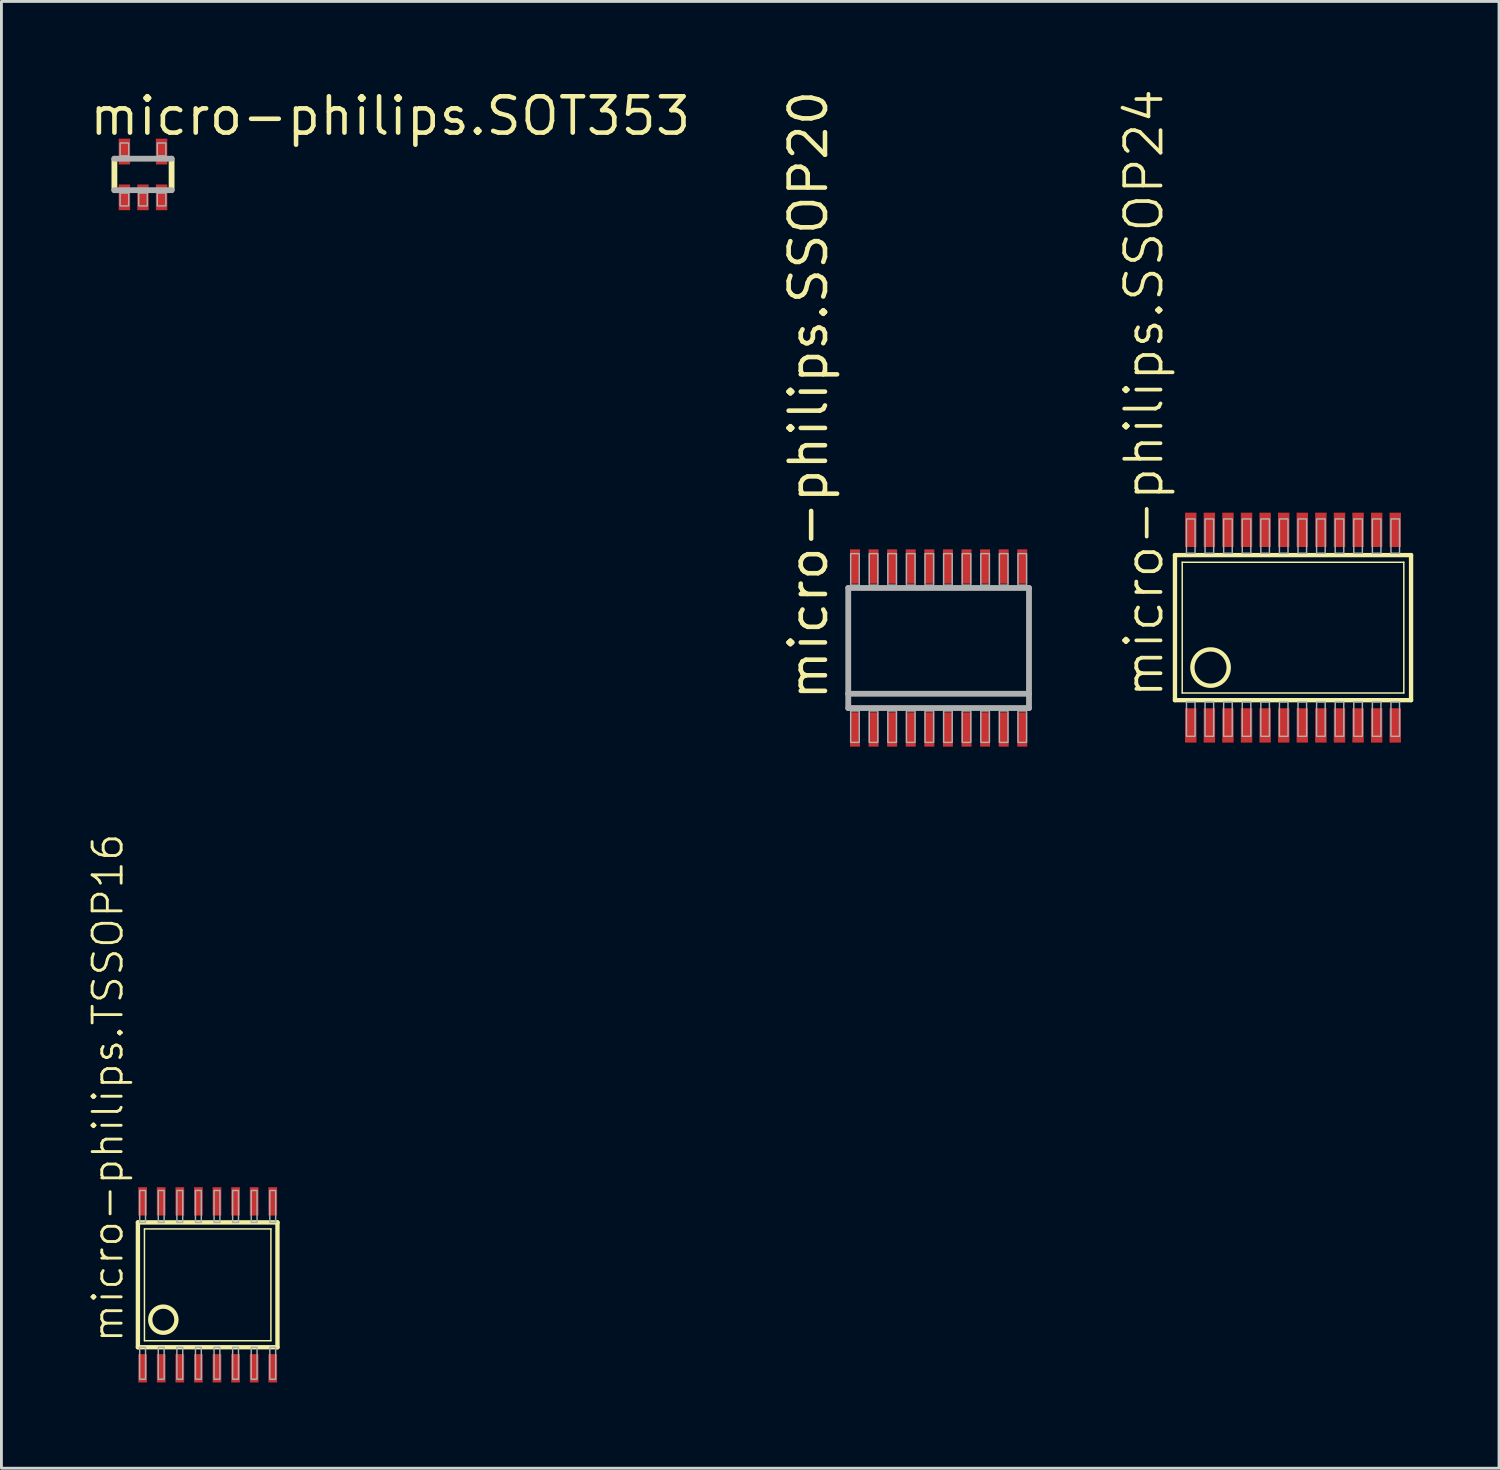
<source format=kicad_pcb>
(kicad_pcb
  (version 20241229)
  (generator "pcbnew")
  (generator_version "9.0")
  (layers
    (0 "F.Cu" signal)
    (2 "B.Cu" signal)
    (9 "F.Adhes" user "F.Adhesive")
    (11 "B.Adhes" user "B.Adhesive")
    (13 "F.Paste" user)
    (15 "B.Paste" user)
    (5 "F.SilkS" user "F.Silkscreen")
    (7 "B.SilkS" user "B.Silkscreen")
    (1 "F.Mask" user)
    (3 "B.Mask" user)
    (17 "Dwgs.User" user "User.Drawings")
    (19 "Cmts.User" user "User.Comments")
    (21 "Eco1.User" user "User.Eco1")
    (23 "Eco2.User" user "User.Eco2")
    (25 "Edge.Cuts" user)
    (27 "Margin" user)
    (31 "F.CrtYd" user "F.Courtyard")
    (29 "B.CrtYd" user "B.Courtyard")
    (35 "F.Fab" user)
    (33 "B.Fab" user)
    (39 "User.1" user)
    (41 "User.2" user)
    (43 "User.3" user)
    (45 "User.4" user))
  (footprint "micro-philips.SOT353"
    (layer "F.Cu")
    (at 1.95 3.05)
    (property "Reference" "micro-philips.SOT353" (at -1.95 -1.3 0) (layer "F.SilkS") (effects (font (size 1.27 1.27) (thickness 0.16)) (justify left bottom)))
    (attr smd)
    (fp_line (start -1 -0.55) (end -1 0.55) (stroke (width 0.203) (type default)) (layer "F.SilkS"))
    (fp_line (start 1 0.55) (end 1 -0.55) (stroke (width 0.203) (type default)) (layer "F.SilkS"))
    (fp_line (start -1 0.55) (end 1 0.55) (stroke (width 0.203) (type default)) (layer "F.Fab"))
    (fp_line (start 1 -0.55) (end -1 -0.55) (stroke (width 0.203) (type default)) (layer "F.Fab"))
    (fp_rect (start -0.8 -0.65) (end -0.5 -1.1) (stroke (width 0.05) (type default)) (fill no) (layer "F.Fab"))
    (fp_rect (start -0.8 1.1) (end -0.5 0.65) (stroke (width 0.05) (type default)) (fill no) (layer "F.Fab"))
    (fp_rect (start -0.15 1.1) (end 0.15 0.65) (stroke (width 0.05) (type default)) (fill no) (layer "F.Fab"))
    (fp_rect (start 0.5 -0.65) (end 0.8 -1.1) (stroke (width 0.05) (type default)) (fill no) (layer "F.Fab"))
    (fp_rect (start 0.5 1.1) (end 0.8 0.65) (stroke (width 0.05) (type default)) (fill no) (layer "F.Fab"))
    (pad "1" smd roundrect (at -0.65 0.8) (size 0.4 0.9) (layers "F.Cu" "F.Mask" "F.Paste") (roundrect_rratio 0.01))
    (pad "2" smd roundrect (at 0 0.8) (size 0.4 0.9) (layers "F.Cu" "F.Mask" "F.Paste") (roundrect_rratio 0.01))
    (pad "3" smd roundrect (at 0.65 0.8) (size 0.4 0.9) (layers "F.Cu" "F.Mask" "F.Paste") (roundrect_rratio 0.01))
    (pad "4" smd roundrect (at 0.65 -0.8) (size 0.4 0.9) (layers "F.Cu" "F.Mask" "F.Paste") (roundrect_rratio 0.01))
    (pad "5" smd roundrect (at -0.65 -0.8) (size 0.4 0.9) (layers "F.Cu" "F.Mask" "F.Paste") (roundrect_rratio 0.01)))
  (footprint "micro-philips.SSOP20"
    (layer "F.Cu")
    (at 29.771 19.609)
    (property "Reference" "micro-philips.SSOP20" (at -3.81 1.905 90) (layer "F.SilkS") (effects (font (size 1.27 1.27) (thickness 0.16)) (justify left bottom)))
    (attr smd)
    (fp_line (start -3.16 -2.1) (end 3.16 -2.1) (stroke (width 0.203) (type default)) (layer "F.Fab"))
    (fp_line (start -3.16 1.6) (end -3.16 -2.1) (stroke (width 0.203) (type default)) (layer "F.Fab"))
    (fp_line (start -3.16 2.1) (end -3.16 1.6) (stroke (width 0.203) (type default)) (layer "F.Fab"))
    (fp_line (start 3.16 -2.1) (end 3.16 1.6) (stroke (width 0.203) (type default)) (layer "F.Fab"))
    (fp_line (start 3.16 1.6) (end -3.16 1.6) (stroke (width 0.203) (type default)) (layer "F.Fab"))
    (fp_line (start 3.16 1.6) (end 3.16 2.1) (stroke (width 0.203) (type default)) (layer "F.Fab"))
    (fp_line (start 3.16 2.1) (end -3.16 2.1) (stroke (width 0.203) (type default)) (layer "F.Fab"))
    (fp_rect (start -3.075 -2.2) (end -2.775 -3.3) (stroke (width 0.05) (type default)) (fill no) (layer "F.Fab"))
    (fp_rect (start -3.075 3.3) (end -2.775 2.2) (stroke (width 0.05) (type default)) (fill no) (layer "F.Fab"))
    (fp_rect (start -2.425 -2.2) (end -2.125 -3.3) (stroke (width 0.05) (type default)) (fill no) (layer "F.Fab"))
    (fp_rect (start -2.425 3.3) (end -2.125 2.2) (stroke (width 0.05) (type default)) (fill no) (layer "F.Fab"))
    (fp_rect (start -1.775 -2.2) (end -1.475 -3.3) (stroke (width 0.05) (type default)) (fill no) (layer "F.Fab"))
    (fp_rect (start -1.775 3.3) (end -1.475 2.2) (stroke (width 0.05) (type default)) (fill no) (layer "F.Fab"))
    (fp_rect (start -1.125 -2.2) (end -0.825 -3.3) (stroke (width 0.05) (type default)) (fill no) (layer "F.Fab"))
    (fp_rect (start -1.125 3.3) (end -0.825 2.2) (stroke (width 0.05) (type default)) (fill no) (layer "F.Fab"))
    (fp_rect (start -0.475 -2.2) (end -0.175 -3.3) (stroke (width 0.05) (type default)) (fill no) (layer "F.Fab"))
    (fp_rect (start -0.475 3.3) (end -0.175 2.2) (stroke (width 0.05) (type default)) (fill no) (layer "F.Fab"))
    (fp_rect (start 0.175 -2.2) (end 0.475 -3.3) (stroke (width 0.05) (type default)) (fill no) (layer "F.Fab"))
    (fp_rect (start 0.175 3.3) (end 0.475 2.2) (stroke (width 0.05) (type default)) (fill no) (layer "F.Fab"))
    (fp_rect (start 0.825 -2.2) (end 1.125 -3.3) (stroke (width 0.05) (type default)) (fill no) (layer "F.Fab"))
    (fp_rect (start 0.825 3.3) (end 1.125 2.2) (stroke (width 0.05) (type default)) (fill no) (layer "F.Fab"))
    (fp_rect (start 1.475 -2.2) (end 1.775 -3.3) (stroke (width 0.05) (type default)) (fill no) (layer "F.Fab"))
    (fp_rect (start 1.475 3.3) (end 1.775 2.2) (stroke (width 0.05) (type default)) (fill no) (layer "F.Fab"))
    (fp_rect (start 2.125 -2.2) (end 2.425 -3.3) (stroke (width 0.05) (type default)) (fill no) (layer "F.Fab"))
    (fp_rect (start 2.125 3.3) (end 2.425 2.2) (stroke (width 0.05) (type default)) (fill no) (layer "F.Fab"))
    (fp_rect (start 2.775 -2.2) (end 3.075 -3.3) (stroke (width 0.05) (type default)) (fill no) (layer "F.Fab"))
    (fp_rect (start 2.775 3.3) (end 3.075 2.2) (stroke (width 0.05) (type default)) (fill no) (layer "F.Fab"))
    (pad "1" smd roundrect (at -2.925 2.85) (size 0.35 1.2) (layers "F.Cu" "F.Mask" "F.Paste") (roundrect_rratio 0.01))
    (pad "2" smd roundrect (at -2.275 2.85) (size 0.35 1.2) (layers "F.Cu" "F.Mask" "F.Paste") (roundrect_rratio 0.01))
    (pad "3" smd roundrect (at -1.625 2.85) (size 0.35 1.2) (layers "F.Cu" "F.Mask" "F.Paste") (roundrect_rratio 0.01))
    (pad "4" smd roundrect (at -0.975 2.85) (size 0.35 1.2) (layers "F.Cu" "F.Mask" "F.Paste") (roundrect_rratio 0.01))
    (pad "5" smd roundrect (at -0.325 2.85) (size 0.35 1.2) (layers "F.Cu" "F.Mask" "F.Paste") (roundrect_rratio 0.01))
    (pad "6" smd roundrect (at 0.325 2.85) (size 0.35 1.2) (layers "F.Cu" "F.Mask" "F.Paste") (roundrect_rratio 0.01))
    (pad "7" smd roundrect (at 0.975 2.85) (size 0.35 1.2) (layers "F.Cu" "F.Mask" "F.Paste") (roundrect_rratio 0.01))
    (pad "8" smd roundrect (at 1.625 2.85) (size 0.35 1.2) (layers "F.Cu" "F.Mask" "F.Paste") (roundrect_rratio 0.01))
    (pad "9" smd roundrect (at 2.275 2.85) (size 0.35 1.2) (layers "F.Cu" "F.Mask" "F.Paste") (roundrect_rratio 0.01))
    (pad "10" smd roundrect (at 2.925 2.85) (size 0.35 1.2) (layers "F.Cu" "F.Mask" "F.Paste") (roundrect_rratio 0.01))
    (pad "11" smd roundrect (at 2.925 -2.85 180) (size 0.35 1.2) (layers "F.Cu" "F.Mask" "F.Paste") (roundrect_rratio 0.01))
    (pad "12" smd roundrect (at 2.275 -2.85 180) (size 0.35 1.2) (layers "F.Cu" "F.Mask" "F.Paste") (roundrect_rratio 0.01))
    (pad "13" smd roundrect (at 1.625 -2.85 180) (size 0.35 1.2) (layers "F.Cu" "F.Mask" "F.Paste") (roundrect_rratio 0.01))
    (pad "14" smd roundrect (at 0.975 -2.85 180) (size 0.35 1.2) (layers "F.Cu" "F.Mask" "F.Paste") (roundrect_rratio 0.01))
    (pad "15" smd roundrect (at 0.325 -2.85 180) (size 0.35 1.2) (layers "F.Cu" "F.Mask" "F.Paste") (roundrect_rratio 0.01))
    (pad "16" smd roundrect (at -0.325 -2.85 180) (size 0.35 1.2) (layers "F.Cu" "F.Mask" "F.Paste") (roundrect_rratio 0.01))
    (pad "17" smd roundrect (at -0.975 -2.85 180) (size 0.35 1.2) (layers "F.Cu" "F.Mask" "F.Paste") (roundrect_rratio 0.01))
    (pad "18" smd roundrect (at -1.625 -2.85 180) (size 0.35 1.2) (layers "F.Cu" "F.Mask" "F.Paste") (roundrect_rratio 0.01))
    (pad "19" smd roundrect (at -2.275 -2.85 180) (size 0.35 1.2) (layers "F.Cu" "F.Mask" "F.Paste") (roundrect_rratio 0.01))
    (pad "20" smd roundrect (at -2.925 -2.85 180) (size 0.35 1.2) (layers "F.Cu" "F.Mask" "F.Paste") (roundrect_rratio 0.01)))
  (footprint "micro-philips.SSOP24"
    (layer "F.Cu")
    (at 42.163 18.896)
    (property "Reference" "micro-philips.SSOP24" (at -4.47 2.527 90) (layer "F.SilkS") (effects (font (size 1.27 1.27) (thickness 0.13)) (justify left bottom)))
    (attr smd)
    (fp_line (start -4.128 2.536) (end -4.128 -2.536) (stroke (width 0.152) (type default)) (layer "F.SilkS"))
    (fp_line (start -4.128 2.536) (end 4.128 2.536) (stroke (width 0.152) (type default)) (layer "F.SilkS"))
    (fp_line (start -3.874 2.286) (end -3.874 -2.286) (stroke (width 0.051) (type default)) (layer "F.SilkS"))
    (fp_line (start -3.874 2.286) (end 3.874 2.286) (stroke (width 0.051) (type default)) (layer "F.SilkS"))
    (fp_line (start 3.874 -2.286) (end -3.874 -2.286) (stroke (width 0.051) (type default)) (layer "F.SilkS"))
    (fp_line (start 3.874 -2.286) (end 3.874 2.286) (stroke (width 0.051) (type default)) (layer "F.SilkS"))
    (fp_line (start 4.128 -2.536) (end -4.128 -2.536) (stroke (width 0.152) (type default)) (layer "F.SilkS"))
    (fp_line (start 4.128 2.536) (end 4.128 -2.536) (stroke (width 0.152) (type default)) (layer "F.SilkS"))
    (fp_circle (center -2.883 1.397) (end -2.248 1.397) (stroke (width 0.152) (type default)) (fill no) (layer "F.SilkS"))
    (fp_rect (start -3.725 -2.6) (end -3.425 -3.8) (stroke (width 0.05) (type default)) (fill no) (layer "F.Fab"))
    (fp_rect (start -3.725 3.8) (end -3.425 2.6) (stroke (width 0.05) (type default)) (fill no) (layer "F.Fab"))
    (fp_rect (start -3.075 -2.6) (end -2.775 -3.8) (stroke (width 0.05) (type default)) (fill no) (layer "F.Fab"))
    (fp_rect (start -3.075 3.8) (end -2.775 2.6) (stroke (width 0.05) (type default)) (fill no) (layer "F.Fab"))
    (fp_rect (start -2.425 -2.6) (end -2.125 -3.8) (stroke (width 0.05) (type default)) (fill no) (layer "F.Fab"))
    (fp_rect (start -2.425 3.8) (end -2.125 2.6) (stroke (width 0.05) (type default)) (fill no) (layer "F.Fab"))
    (fp_rect (start -1.775 -2.6) (end -1.475 -3.8) (stroke (width 0.05) (type default)) (fill no) (layer "F.Fab"))
    (fp_rect (start -1.775 3.8) (end -1.475 2.6) (stroke (width 0.05) (type default)) (fill no) (layer "F.Fab"))
    (fp_rect (start -1.125 -2.6) (end -0.825 -3.8) (stroke (width 0.05) (type default)) (fill no) (layer "F.Fab"))
    (fp_rect (start -1.125 3.8) (end -0.825 2.6) (stroke (width 0.05) (type default)) (fill no) (layer "F.Fab"))
    (fp_rect (start -0.475 -2.6) (end -0.175 -3.8) (stroke (width 0.05) (type default)) (fill no) (layer "F.Fab"))
    (fp_rect (start -0.475 3.8) (end -0.175 2.6) (stroke (width 0.05) (type default)) (fill no) (layer "F.Fab"))
    (fp_rect (start 0.175 -2.6) (end 0.475 -3.8) (stroke (width 0.05) (type default)) (fill no) (layer "F.Fab"))
    (fp_rect (start 0.175 3.8) (end 0.475 2.6) (stroke (width 0.05) (type default)) (fill no) (layer "F.Fab"))
    (fp_rect (start 0.825 -2.6) (end 1.125 -3.8) (stroke (width 0.05) (type default)) (fill no) (layer "F.Fab"))
    (fp_rect (start 0.825 3.8) (end 1.125 2.6) (stroke (width 0.05) (type default)) (fill no) (layer "F.Fab"))
    (fp_rect (start 1.475 -2.6) (end 1.775 -3.8) (stroke (width 0.05) (type default)) (fill no) (layer "F.Fab"))
    (fp_rect (start 1.475 3.8) (end 1.775 2.6) (stroke (width 0.05) (type default)) (fill no) (layer "F.Fab"))
    (fp_rect (start 2.125 -2.6) (end 2.425 -3.8) (stroke (width 0.05) (type default)) (fill no) (layer "F.Fab"))
    (fp_rect (start 2.125 3.8) (end 2.425 2.6) (stroke (width 0.05) (type default)) (fill no) (layer "F.Fab"))
    (fp_rect (start 2.775 -2.6) (end 3.075 -3.8) (stroke (width 0.05) (type default)) (fill no) (layer "F.Fab"))
    (fp_rect (start 2.775 3.8) (end 3.075 2.6) (stroke (width 0.05) (type default)) (fill no) (layer "F.Fab"))
    (fp_rect (start 3.425 -2.6) (end 3.725 -3.8) (stroke (width 0.05) (type default)) (fill no) (layer "F.Fab"))
    (fp_rect (start 3.425 3.8) (end 3.725 2.6) (stroke (width 0.05) (type default)) (fill no) (layer "F.Fab"))
    (pad "1" smd roundrect (at -3.575 3.42) (size 0.4 1.2) (layers "F.Cu" "F.Mask" "F.Paste") (roundrect_rratio 0.01))
    (pad "2" smd roundrect (at -2.925 3.42) (size 0.4 1.2) (layers "F.Cu" "F.Mask" "F.Paste") (roundrect_rratio 0.01))
    (pad "3" smd roundrect (at -2.275 3.42) (size 0.4 1.2) (layers "F.Cu" "F.Mask" "F.Paste") (roundrect_rratio 0.01))
    (pad "4" smd roundrect (at -1.625 3.42) (size 0.4 1.2) (layers "F.Cu" "F.Mask" "F.Paste") (roundrect_rratio 0.01))
    (pad "5" smd roundrect (at -0.975 3.42) (size 0.4 1.2) (layers "F.Cu" "F.Mask" "F.Paste") (roundrect_rratio 0.01))
    (pad "6" smd roundrect (at -0.325 3.42) (size 0.4 1.2) (layers "F.Cu" "F.Mask" "F.Paste") (roundrect_rratio 0.01))
    (pad "7" smd roundrect (at 0.325 3.42) (size 0.4 1.2) (layers "F.Cu" "F.Mask" "F.Paste") (roundrect_rratio 0.01))
    (pad "8" smd roundrect (at 0.975 3.42) (size 0.4 1.2) (layers "F.Cu" "F.Mask" "F.Paste") (roundrect_rratio 0.01))
    (pad "9" smd roundrect (at 1.625 3.42) (size 0.4 1.2) (layers "F.Cu" "F.Mask" "F.Paste") (roundrect_rratio 0.01))
    (pad "10" smd roundrect (at 2.275 3.42) (size 0.4 1.2) (layers "F.Cu" "F.Mask" "F.Paste") (roundrect_rratio 0.01))
    (pad "11" smd roundrect (at 2.925 3.42) (size 0.4 1.2) (layers "F.Cu" "F.Mask" "F.Paste") (roundrect_rratio 0.01))
    (pad "12" smd roundrect (at 3.575 3.42) (size 0.4 1.2) (layers "F.Cu" "F.Mask" "F.Paste") (roundrect_rratio 0.01))
    (pad "13" smd roundrect (at 3.575 -3.42) (size 0.4 1.2) (layers "F.Cu" "F.Mask" "F.Paste") (roundrect_rratio 0.01))
    (pad "14" smd roundrect (at 2.925 -3.42) (size 0.4 1.2) (layers "F.Cu" "F.Mask" "F.Paste") (roundrect_rratio 0.01))
    (pad "15" smd roundrect (at 2.275 -3.42) (size 0.4 1.2) (layers "F.Cu" "F.Mask" "F.Paste") (roundrect_rratio 0.01))
    (pad "16" smd roundrect (at 1.625 -3.42) (size 0.4 1.2) (layers "F.Cu" "F.Mask" "F.Paste") (roundrect_rratio 0.01))
    (pad "17" smd roundrect (at 0.975 -3.42) (size 0.4 1.2) (layers "F.Cu" "F.Mask" "F.Paste") (roundrect_rratio 0.01))
    (pad "18" smd roundrect (at 0.325 -3.42) (size 0.4 1.2) (layers "F.Cu" "F.Mask" "F.Paste") (roundrect_rratio 0.01))
    (pad "19" smd roundrect (at -0.325 -3.42) (size 0.4 1.2) (layers "F.Cu" "F.Mask" "F.Paste") (roundrect_rratio 0.01))
    (pad "20" smd roundrect (at -0.975 -3.42) (size 0.4 1.2) (layers "F.Cu" "F.Mask" "F.Paste") (roundrect_rratio 0.01))
    (pad "21" smd roundrect (at -1.625 -3.42) (size 0.4 1.2) (layers "F.Cu" "F.Mask" "F.Paste") (roundrect_rratio 0.01))
    (pad "22" smd roundrect (at -2.275 -3.42) (size 0.4 1.2) (layers "F.Cu" "F.Mask" "F.Paste") (roundrect_rratio 0.01))
    (pad "23" smd roundrect (at -2.925 -3.42) (size 0.4 1.2) (layers "F.Cu" "F.Mask" "F.Paste") (roundrect_rratio 0.01))
    (pad "24" smd roundrect (at -3.575 -3.42) (size 0.4 1.2) (layers "F.Cu" "F.Mask" "F.Paste") (roundrect_rratio 0.01)))
  (footprint "micro-philips.TSSOP16"
    (layer "F.Cu")
    (at 4.212 41.877)
    (property "Reference" "micro-philips.TSSOP16" (at -2.896 2.083 90) (layer "F.SilkS") (effects (font (size 1.016 1.016) (thickness 0.1)) (justify left bottom)))
    (attr smd)
    (fp_line (start -2.44 2.183) (end -2.44 -2.183) (stroke (width 0.152) (type default)) (layer "F.SilkS"))
    (fp_line (start -2.44 2.183) (end 2.44 2.183) (stroke (width 0.152) (type default)) (layer "F.SilkS"))
    (fp_line (start -2.211 1.954) (end -2.211 -1.954) (stroke (width 0.051) (type default)) (layer "F.SilkS"))
    (fp_line (start -2.211 1.954) (end 2.211 1.954) (stroke (width 0.051) (type default)) (layer "F.SilkS"))
    (fp_line (start 2.211 -1.954) (end -2.211 -1.954) (stroke (width 0.051) (type default)) (layer "F.SilkS"))
    (fp_line (start 2.211 -1.954) (end 2.211 1.954) (stroke (width 0.051) (type default)) (layer "F.SilkS"))
    (fp_line (start 2.44 -2.183) (end -2.44 -2.183) (stroke (width 0.152) (type default)) (layer "F.SilkS"))
    (fp_line (start 2.44 -2.183) (end 2.44 2.183) (stroke (width 0.152) (type default)) (layer "F.SilkS"))
    (fp_circle (center -1.551 1.219) (end -1.093 1.219) (stroke (width 0.152) (type default)) (fill no) (layer "F.SilkS"))
    (fp_rect (start -2.377 -2.183) (end -2.173 -3.3) (stroke (width 0.05) (type default)) (fill no) (layer "F.Fab"))
    (fp_rect (start -2.377 3.3) (end -2.173 2.183) (stroke (width 0.05) (type default)) (fill no) (layer "F.Fab"))
    (fp_rect (start -1.727 -2.183) (end -1.523 -3.3) (stroke (width 0.05) (type default)) (fill no) (layer "F.Fab"))
    (fp_rect (start -1.727 3.3) (end -1.523 2.183) (stroke (width 0.05) (type default)) (fill no) (layer "F.Fab"))
    (fp_rect (start -1.077 -2.183) (end -0.873 -3.3) (stroke (width 0.05) (type default)) (fill no) (layer "F.Fab"))
    (fp_rect (start -1.077 3.3) (end -0.873 2.183) (stroke (width 0.05) (type default)) (fill no) (layer "F.Fab"))
    (fp_rect (start -0.427 -2.183) (end -0.223 -3.3) (stroke (width 0.05) (type default)) (fill no) (layer "F.Fab"))
    (fp_rect (start -0.427 3.3) (end -0.223 2.183) (stroke (width 0.05) (type default)) (fill no) (layer "F.Fab"))
    (fp_rect (start 0.223 -2.183) (end 0.427 -3.3) (stroke (width 0.05) (type default)) (fill no) (layer "F.Fab"))
    (fp_rect (start 0.223 3.3) (end 0.427 2.183) (stroke (width 0.05) (type default)) (fill no) (layer "F.Fab"))
    (fp_rect (start 0.873 -2.183) (end 1.077 -3.3) (stroke (width 0.05) (type default)) (fill no) (layer "F.Fab"))
    (fp_rect (start 0.873 3.3) (end 1.077 2.183) (stroke (width 0.05) (type default)) (fill no) (layer "F.Fab"))
    (fp_rect (start 1.523 -2.183) (end 1.727 -3.3) (stroke (width 0.05) (type default)) (fill no) (layer "F.Fab"))
    (fp_rect (start 1.523 3.3) (end 1.727 2.183) (stroke (width 0.05) (type default)) (fill no) (layer "F.Fab"))
    (fp_rect (start 2.173 -2.183) (end 2.377 -3.3) (stroke (width 0.05) (type default)) (fill no) (layer "F.Fab"))
    (fp_rect (start 2.173 3.3) (end 2.377 2.183) (stroke (width 0.05) (type default)) (fill no) (layer "F.Fab"))
    (pad "1" smd roundrect (at -2.275 2.918) (size 0.305 0.991) (layers "F.Cu" "F.Mask" "F.Paste") (roundrect_rratio 0.01))
    (pad "2" smd roundrect (at -1.625 2.918) (size 0.305 0.991) (layers "F.Cu" "F.Mask" "F.Paste") (roundrect_rratio 0.01))
    (pad "3" smd roundrect (at -0.975 2.918) (size 0.305 0.991) (layers "F.Cu" "F.Mask" "F.Paste") (roundrect_rratio 0.01))
    (pad "4" smd roundrect (at -0.325 2.918) (size 0.305 0.991) (layers "F.Cu" "F.Mask" "F.Paste") (roundrect_rratio 0.01))
    (pad "5" smd roundrect (at 0.325 2.918) (size 0.305 0.991) (layers "F.Cu" "F.Mask" "F.Paste") (roundrect_rratio 0.01))
    (pad "6" smd roundrect (at 0.975 2.918) (size 0.305 0.991) (layers "F.Cu" "F.Mask" "F.Paste") (roundrect_rratio 0.01))
    (pad "7" smd roundrect (at 1.625 2.918) (size 0.305 0.991) (layers "F.Cu" "F.Mask" "F.Paste") (roundrect_rratio 0.01))
    (pad "8" smd roundrect (at 2.275 2.918) (size 0.305 0.991) (layers "F.Cu" "F.Mask" "F.Paste") (roundrect_rratio 0.01))
    (pad "9" smd roundrect (at 2.275 -2.918 180) (size 0.305 0.991) (layers "F.Cu" "F.Mask" "F.Paste") (roundrect_rratio 0.01))
    (pad "10" smd roundrect (at 1.625 -2.918 180) (size 0.305 0.991) (layers "F.Cu" "F.Mask" "F.Paste") (roundrect_rratio 0.01))
    (pad "11" smd roundrect (at 0.975 -2.918 180) (size 0.305 0.991) (layers "F.Cu" "F.Mask" "F.Paste") (roundrect_rratio 0.01))
    (pad "12" smd roundrect (at 0.325 -2.918 180) (size 0.305 0.991) (layers "F.Cu" "F.Mask" "F.Paste") (roundrect_rratio 0.01))
    (pad "13" smd roundrect (at -0.325 -2.918) (size 0.305 0.991) (layers "F.Cu" "F.Mask" "F.Paste") (roundrect_rratio 0.01))
    (pad "14" smd roundrect (at -0.975 -2.918) (size 0.305 0.991) (layers "F.Cu" "F.Mask" "F.Paste") (roundrect_rratio 0.01))
    (pad "15" smd roundrect (at -1.625 -2.918) (size 0.305 0.991) (layers "F.Cu" "F.Mask" "F.Paste") (roundrect_rratio 0.01))
    (pad "16" smd roundrect (at -2.275 -2.918) (size 0.305 0.991) (layers "F.Cu" "F.Mask" "F.Paste") (roundrect_rratio 0.01)))
  (gr_rect
    (start -3 -3)
    (end 49.367 48.29)
    (stroke (width 0.1) (type default))
    (fill no)
    (layer "Edge.Cuts")))
</source>
